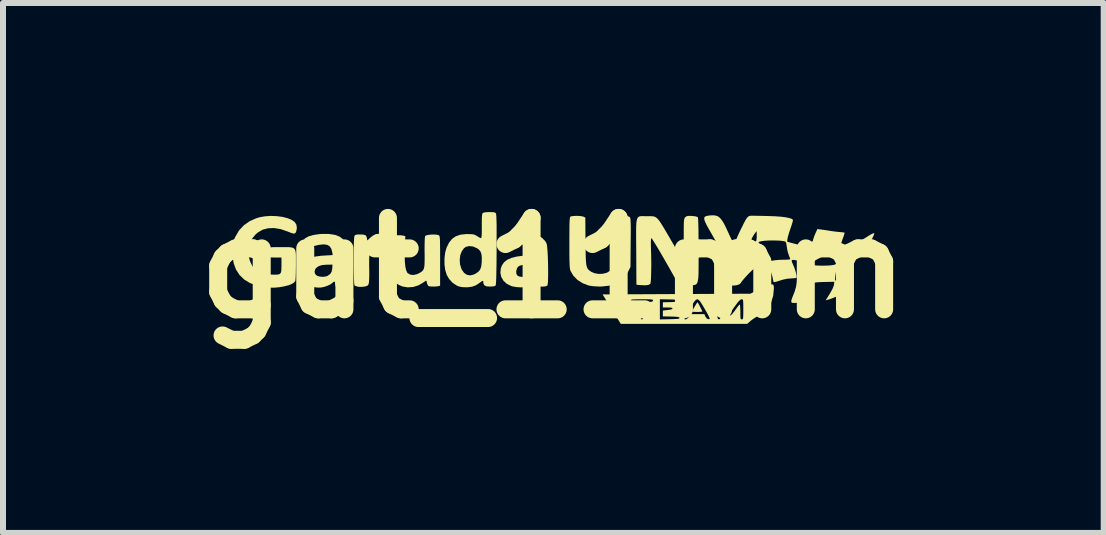
<source format=kicad_pcb>
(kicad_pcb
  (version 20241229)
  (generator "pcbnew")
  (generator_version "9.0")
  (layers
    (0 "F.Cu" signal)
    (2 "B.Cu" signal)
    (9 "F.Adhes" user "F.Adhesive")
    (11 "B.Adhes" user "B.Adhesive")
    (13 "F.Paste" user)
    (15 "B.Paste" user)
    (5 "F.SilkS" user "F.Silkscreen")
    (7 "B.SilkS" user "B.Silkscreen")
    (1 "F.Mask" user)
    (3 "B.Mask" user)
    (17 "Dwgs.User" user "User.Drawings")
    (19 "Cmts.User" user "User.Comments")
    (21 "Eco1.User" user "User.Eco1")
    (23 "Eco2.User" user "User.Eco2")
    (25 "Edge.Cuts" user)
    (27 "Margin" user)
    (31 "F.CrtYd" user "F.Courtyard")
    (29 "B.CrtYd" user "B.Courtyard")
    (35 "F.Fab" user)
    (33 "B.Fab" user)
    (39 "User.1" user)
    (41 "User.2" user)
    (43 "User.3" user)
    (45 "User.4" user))
  (footprint "gut_11mm"
    (layer "F.Cu")
    (at 6.176 1.418)
    (property "Reference" "gut_11mm" (at 0 0 0) (layer "F.SilkS") (effects (font (size 1.524 1.524) (thickness 0.3))))
    (attr board_only exclude_from_pos_files exclude_from_bom)
    (fp_poly (pts (xy 2.411 0.581) (xy 2.426 0.607) (xy 2.444 0.641) (xy 2.462 0.677) (xy 2.477 0.707) (xy 2.484 0.725) (xy 2.484 0.726) (xy 2.473 0.729) (xy 2.443 0.732) (xy 2.401 0.733) (xy 2.397 0.733) (xy 2.354 0.732) (xy 2.323 0.73) (xy 2.31 0.727) (xy 2.31 0.727) (xy 2.316 0.714) (xy 2.331 0.687) (xy 2.351 0.652) (xy 2.372 0.617) (xy 2.39 0.589) (xy 2.402 0.573) (xy 2.404 0.571)) (stroke (width 0) (type solid)) (fill yes) (layer "F.SilkS"))
    (fp_poly (pts (xy -2.861 -0.568) (xy -2.819 -0.561) (xy -2.789 -0.551) (xy -2.78 -0.543) (xy -2.772 -0.513) (xy -2.773 -0.461) (xy -2.78 -0.398) (xy -2.788 -0.343) (xy -2.876 -0.342) (xy -2.943 -0.337) (xy -2.991 -0.322) (xy -3.027 -0.294) (xy -3.052 -0.258) (xy -3.06 -0.24) (xy -3.066 -0.218) (xy -3.069 -0.188) (xy -3.071 -0.146) (xy -3.071 -0.087) (xy -3.071 -0.008) (xy -3.07 -0.00046) (xy -3.069 0.092) (xy -3.07 0.162) (xy -3.072 0.214) (xy -3.076 0.251) (xy -3.083 0.275) (xy -3.093 0.289) (xy -3.103 0.297) (xy -3.141 0.309) (xy -3.191 0.315) (xy -3.24 0.315) (xy -3.261 0.311) (xy -3.293 0.302) (xy -3.314 0.293) (xy -3.318 0.279) (xy -3.322 0.243) (xy -3.324 0.19) (xy -3.326 0.122) (xy -3.328 0.044) (xy -3.329 -0.04) (xy -3.329 -0.128) (xy -3.329 -0.216) (xy -3.328 -0.3) (xy -3.327 -0.377) (xy -3.325 -0.442) (xy -3.322 -0.493) (xy -3.318 -0.525) (xy -3.316 -0.535) (xy -3.304 -0.549) (xy -3.281 -0.556) (xy -3.243 -0.559) (xy -3.23 -0.559) (xy -3.177 -0.557) (xy -3.143 -0.551) (xy -3.124 -0.538) (xy -3.113 -0.516) (xy -3.11 -0.502) (xy -3.102 -0.459) (xy -3.049 -0.508) (xy -3.003 -0.543) (xy -2.96 -0.564) (xy -2.95 -0.566) (xy -2.908 -0.57)) (stroke (width 0) (type solid)) (fill yes) (layer "F.SilkS"))
    (fp_poly (pts (xy -1.946 -0.555) (xy -1.916 -0.548) (xy -1.914 -0.547) (xy -1.907 -0.543) (xy -1.901 -0.537) (xy -1.897 -0.526) (xy -1.894 -0.508) (xy -1.891 -0.48) (xy -1.89 -0.44) (xy -1.889 -0.385) (xy -1.888 -0.312) (xy -1.888 -0.22) (xy -1.888 -0.119) (xy -1.888 0.295) (xy -1.916 0.303) (xy -1.95 0.308) (xy -1.994 0.31) (xy -2.038 0.309) (xy -2.072 0.305) (xy -2.079 0.303) (xy -2.094 0.287) (xy -2.106 0.257) (xy -2.106 0.253) (xy -2.113 0.225) (xy -2.12 0.211) (xy -2.121 0.211) (xy -2.134 0.218) (xy -2.159 0.235) (xy -2.169 0.243) (xy -2.25 0.29) (xy -2.338 0.317) (xy -2.429 0.323) (xy -2.517 0.308) (xy -2.527 0.304) (xy -2.585 0.278) (xy -2.628 0.244) (xy -2.659 0.198) (xy -2.68 0.136) (xy -2.694 0.058) (xy -2.699 0.009) (xy -2.703 -0.054) (xy -2.706 -0.126) (xy -2.707 -0.204) (xy -2.708 -0.281) (xy -2.707 -0.356) (xy -2.705 -0.422) (xy -2.702 -0.476) (xy -2.698 -0.514) (xy -2.693 -0.532) (xy -2.673 -0.539) (xy -2.636 -0.544) (xy -2.59 -0.546) (xy -2.544 -0.545) (xy -2.505 -0.54) (xy -2.498 -0.538) (xy -2.468 -0.53) (xy -2.476 -0.342) (xy -2.479 -0.212) (xy -2.476 -0.106) (xy -2.468 -0.023) (xy -2.454 0.038) (xy -2.435 0.079) (xy -2.428 0.086) (xy -2.387 0.111) (xy -2.334 0.117) (xy -2.275 0.104) (xy -2.238 0.087) (xy -2.208 0.069) (xy -2.185 0.052) (xy -2.169 0.032) (xy -2.157 0.005) (xy -2.15 -0.031) (xy -2.147 -0.081) (xy -2.146 -0.148) (xy -2.146 -0.236) (xy -2.147 -0.261) (xy -2.147 -0.347) (xy -2.146 -0.42) (xy -2.144 -0.478) (xy -2.141 -0.517) (xy -2.137 -0.534) (xy -2.118 -0.544) (xy -2.082 -0.552) (xy -2.037 -0.557) (xy -1.989 -0.558)) (stroke (width 0) (type solid)) (fill yes) (layer "F.SilkS"))
    (fp_poly (pts (xy 1.229 -0.865) (xy 1.263 -0.856) (xy 1.273 -0.849) (xy 1.278 -0.842) (xy 1.283 -0.829) (xy 1.286 -0.809) (xy 1.288 -0.778) (xy 1.29 -0.736) (xy 1.291 -0.677) (xy 1.291 -0.601) (xy 1.29 -0.505) (xy 1.289 -0.424) (xy 1.286 -0.018) (xy 1.244 0.066) (xy 1.19 0.15) (xy 1.118 0.216) (xy 1.029 0.265) (xy 0.924 0.296) (xy 0.804 0.309) (xy 0.772 0.31) (xy 0.71 0.307) (xy 0.649 0.302) (xy 0.598 0.294) (xy 0.584 0.291) (xy 0.486 0.253) (xy 0.401 0.198) (xy 0.333 0.128) (xy 0.289 0.054) (xy 0.283 0.039) (xy 0.278 0.02) (xy 0.274 -0.005) (xy 0.272 -0.039) (xy 0.27 -0.085) (xy 0.268 -0.145) (xy 0.267 -0.223) (xy 0.267 -0.32) (xy 0.267 -0.42) (xy 0.267 -0.536) (xy 0.268 -0.629) (xy 0.268 -0.703) (xy 0.27 -0.759) (xy 0.272 -0.8) (xy 0.275 -0.828) (xy 0.278 -0.845) (xy 0.283 -0.855) (xy 0.286 -0.857) (xy 0.311 -0.864) (xy 0.352 -0.868) (xy 0.4 -0.869) (xy 0.448 -0.866) (xy 0.487 -0.86) (xy 0.502 -0.855) (xy 0.533 -0.841) (xy 0.536 -0.442) (xy 0.538 -0.326) (xy 0.539 -0.231) (xy 0.541 -0.156) (xy 0.545 -0.098) (xy 0.55 -0.053) (xy 0.558 -0.02) (xy 0.568 0.005) (xy 0.581 0.024) (xy 0.599 0.04) (xy 0.621 0.056) (xy 0.63 0.063) (xy 0.685 0.087) (xy 0.752 0.099) (xy 0.822 0.097) (xy 0.887 0.081) (xy 0.907 0.071) (xy 0.945 0.046) (xy 0.976 0.015) (xy 0.985 0.003) (xy 0.999 -0.035) (xy 1.01 -0.094) (xy 1.018 -0.174) (xy 1.024 -0.27) (xy 1.027 -0.382) (xy 1.026 -0.505) (xy 1.024 -0.59) (xy 1.016 -0.839) (xy 1.049 -0.854) (xy 1.084 -0.864) (xy 1.132 -0.869) (xy 1.182 -0.869)) (stroke (width 0) (type solid)) (fill yes) (layer "F.SilkS"))
    (fp_poly (pts (xy -3.737 -0.567) (xy -3.64 -0.552) (xy -3.561 -0.521) (xy -3.502 -0.475) (xy -3.463 -0.415) (xy -3.452 -0.385) (xy -3.448 -0.358) (xy -3.444 -0.312) (xy -3.441 -0.252) (xy -3.438 -0.18) (xy -3.436 -0.102) (xy -3.435 -0.022) (xy -3.435 0.058) (xy -3.435 0.132) (xy -3.436 0.196) (xy -3.438 0.248) (xy -3.441 0.282) (xy -3.445 0.294) (xy -3.461 0.299) (xy -3.496 0.303) (xy -3.541 0.304) (xy -3.544 0.304) (xy -3.633 0.304) (xy -3.637 0.264) (xy -3.643 0.233) (xy -3.655 0.226) (xy -3.676 0.241) (xy -3.682 0.247) (xy -3.714 0.272) (xy -3.762 0.295) (xy -3.818 0.314) (xy -3.873 0.326) (xy -3.875 0.326) (xy -3.921 0.327) (xy -3.974 0.322) (xy -4 0.318) (xy -4.084 0.291) (xy -4.149 0.25) (xy -4.195 0.192) (xy -4.224 0.119) (xy -4.224 0.116) (xy -4.229 0.059) (xy -3.983 0.059) (xy -3.974 0.097) (xy -3.944 0.128) (xy -3.94 0.13) (xy -3.894 0.144) (xy -3.838 0.148) (xy -3.786 0.14) (xy -3.766 0.132) (xy -3.721 0.101) (xy -3.696 0.061) (xy -3.686 0.006) (xy -3.686 0.005) (xy -3.683 -0.056) (xy -3.776 -0.055) (xy -3.854 -0.049) (xy -3.912 -0.031) (xy -3.954 -0.001) (xy -3.97 0.019) (xy -3.983 0.059) (xy -4.229 0.059) (xy -4.23 0.041) (xy -4.212 -0.03) (xy -4.169 -0.096) (xy -4.165 -0.1) (xy -4.119 -0.139) (xy -4.057 -0.168) (xy -3.978 -0.189) (xy -3.879 -0.203) (xy -3.817 -0.207) (xy -3.679 -0.215) (xy -3.686 -0.26) (xy -3.702 -0.32) (xy -3.73 -0.362) (xy -3.772 -0.386) (xy -3.83 -0.394) (xy -3.906 -0.386) (xy -3.963 -0.373) (xy -4.022 -0.355) (xy -4.058 -0.341) (xy -4.095 -0.325) (xy -4.121 -0.314) (xy -4.131 -0.311) (xy -4.148 -0.321) (xy -4.166 -0.347) (xy -4.181 -0.379) (xy -4.186 -0.407) (xy -4.174 -0.455) (xy -4.139 -0.495) (xy -4.081 -0.527) (xy -4.001 -0.55) (xy -3.898 -0.565) (xy -3.853 -0.568)) (stroke (width 0) (type solid)) (fill yes) (layer "F.SilkS"))
    (fp_poly (pts (xy -0.399 -0.567) (xy -0.33 -0.559) (xy -0.274 -0.548) (xy -0.255 -0.541) (xy -0.188 -0.502) (xy -0.135 -0.447) (xy -0.114 -0.41) (xy -0.107 -0.384) (xy -0.102 -0.339) (xy -0.097 -0.279) (xy -0.093 -0.207) (xy -0.09 -0.127) (xy -0.088 -0.045) (xy -0.087 0.037) (xy -0.087 0.114) (xy -0.088 0.182) (xy -0.091 0.238) (xy -0.095 0.276) (xy -0.1 0.292) (xy -0.123 0.305) (xy -0.169 0.31) (xy -0.192 0.311) (xy -0.246 0.307) (xy -0.28 0.296) (xy -0.296 0.276) (xy -0.298 0.258) (xy -0.301 0.248) (xy -0.312 0.248) (xy -0.335 0.257) (xy -0.376 0.277) (xy -0.38 0.28) (xy -0.428 0.303) (xy -0.466 0.316) (xy -0.507 0.322) (xy -0.551 0.323) (xy -0.62 0.318) (xy -0.685 0.306) (xy -0.706 0.299) (xy -0.778 0.263) (xy -0.832 0.212) (xy -0.868 0.15) (xy -0.883 0.081) (xy -0.88 0.05) (xy -0.619 0.05) (xy -0.617 0.096) (xy -0.6 0.126) (xy -0.573 0.141) (xy -0.531 0.148) (xy -0.482 0.148) (xy -0.436 0.14) (xy -0.41 0.13) (xy -0.366 0.098) (xy -0.342 0.053) (xy -0.335 -0.003) (xy -0.335 -0.062) (xy -0.397 -0.062) (xy -0.449 -0.059) (xy -0.504 -0.052) (xy -0.521 -0.049) (xy -0.563 -0.037) (xy -0.589 -0.02) (xy -0.603 0.000464) (xy -0.619 0.05) (xy -0.88 0.05) (xy -0.876 0.007) (xy -0.857 -0.044) (xy -0.821 -0.096) (xy -0.769 -0.137) (xy -0.699 -0.168) (xy -0.608 -0.191) (xy -0.496 -0.205) (xy -0.463 -0.207) (xy -0.335 -0.215) (xy -0.335 -0.251) (xy -0.343 -0.302) (xy -0.362 -0.345) (xy -0.391 -0.373) (xy -0.406 -0.38) (xy -0.438 -0.387) (xy -0.46 -0.392) (xy -0.49 -0.393) (xy -0.538 -0.387) (xy -0.595 -0.375) (xy -0.655 -0.359) (xy -0.71 -0.34) (xy -0.76 -0.322) (xy -0.793 -0.316) (xy -0.812 -0.325) (xy -0.823 -0.35) (xy -0.829 -0.383) (xy -0.826 -0.437) (xy -0.802 -0.481) (xy -0.756 -0.516) (xy -0.687 -0.543) (xy -0.615 -0.56) (xy -0.549 -0.567) (xy -0.475 -0.569)) (stroke (width 0) (type solid)) (fill yes) (layer "F.SilkS"))
    (fp_poly (pts (xy -4.611 -0.864) (xy -4.518 -0.852) (xy -4.434 -0.831) (xy -4.365 -0.803) (xy -4.315 -0.769) (xy -4.286 -0.726) (xy -4.276 -0.672) (xy -4.285 -0.616) (xy -4.296 -0.59) (xy -4.311 -0.576) (xy -4.334 -0.574) (xy -4.37 -0.584) (xy -4.423 -0.605) (xy -4.43 -0.608) (xy -4.547 -0.648) (xy -4.656 -0.666) (xy -4.757 -0.662) (xy -4.848 -0.638) (xy -4.928 -0.591) (xy -4.965 -0.559) (xy -5.018 -0.495) (xy -5.053 -0.425) (xy -5.073 -0.342) (xy -5.077 -0.286) (xy -5.079 -0.225) (xy -5.075 -0.179) (xy -5.065 -0.138) (xy -5.055 -0.108) (xy -5.019 -0.032) (xy -4.974 0.025) (xy -4.916 0.066) (xy -4.843 0.093) (xy -4.751 0.107) (xy -4.714 0.109) (xy -4.643 0.112) (xy -4.594 0.11) (xy -4.563 0.101) (xy -4.544 0.081) (xy -4.536 0.048) (xy -4.534 -0.003) (xy -4.533 -0.044) (xy -4.533 -0.174) (xy -4.644 -0.174) (xy -4.712 -0.176) (xy -4.759 -0.185) (xy -4.789 -0.201) (xy -4.805 -0.227) (xy -4.81 -0.266) (xy -4.81 -0.266) (xy -4.81 -0.293) (xy -4.804 -0.314) (xy -4.79 -0.329) (xy -4.764 -0.338) (xy -4.724 -0.344) (xy -4.667 -0.347) (xy -4.588 -0.348) (xy -4.557 -0.348) (xy -4.472 -0.348) (xy -4.408 -0.347) (xy -4.36 -0.342) (xy -4.328 -0.329) (xy -4.308 -0.306) (xy -4.297 -0.27) (xy -4.292 -0.218) (xy -4.292 -0.147) (xy -4.292 -0.06) (xy -4.293 0.017) (xy -4.294 0.087) (xy -4.296 0.146) (xy -4.299 0.189) (xy -4.301 0.212) (xy -4.301 0.213) (xy -4.32 0.24) (xy -4.36 0.266) (xy -4.416 0.288) (xy -4.485 0.306) (xy -4.563 0.32) (xy -4.645 0.328) (xy -4.728 0.329) (xy -4.806 0.322) (xy -4.941 0.295) (xy -5.058 0.251) (xy -5.155 0.192) (xy -5.232 0.117) (xy -5.291 0.027) (xy -5.33 -0.079) (xy -5.349 -0.2) (xy -5.35 -0.306) (xy -5.347 -0.368) (xy -5.341 -0.414) (xy -5.331 -0.453) (xy -5.315 -0.494) (xy -5.301 -0.523) (xy -5.24 -0.627) (xy -5.16 -0.712) (xy -5.064 -0.78) (xy -4.95 -0.83) (xy -4.892 -0.847) (xy -4.803 -0.862) (xy -4.708 -0.868)) (stroke (width 0) (type solid)) (fill yes) (layer "F.SilkS"))
    (fp_poly (pts (xy -1.017 -0.931) (xy -0.986 -0.928) (xy -0.968 -0.921) (xy -0.957 -0.909) (xy -0.956 -0.906) (xy -0.953 -0.889) (xy -0.95 -0.85) (xy -0.948 -0.79) (xy -0.946 -0.708) (xy -0.946 -0.603) (xy -0.946 -0.474) (xy -0.946 -0.321) (xy -0.946 -0.297) (xy -0.947 -0.16) (xy -0.948 -0.045) (xy -0.95 0.049) (xy -0.951 0.125) (xy -0.953 0.183) (xy -0.955 0.227) (xy -0.957 0.259) (xy -0.96 0.28) (xy -0.964 0.292) (xy -0.968 0.298) (xy -0.969 0.298) (xy -0.991 0.305) (xy -1.028 0.309) (xy -1.058 0.31) (xy -1.114 0.306) (xy -1.149 0.29) (xy -1.165 0.262) (xy -1.168 0.241) (xy -1.169 0.22) (xy -1.177 0.214) (xy -1.194 0.222) (xy -1.226 0.245) (xy -1.232 0.25) (xy -1.29 0.288) (xy -1.351 0.311) (xy -1.424 0.321) (xy -1.459 0.322) (xy -1.523 0.319) (xy -1.574 0.308) (xy -1.609 0.294) (xy -1.68 0.247) (xy -1.739 0.182) (xy -1.778 0.114) (xy -1.803 0.033) (xy -1.815 -0.061) (xy -1.815 -0.137) (xy -1.561 -0.137) (xy -1.556 -0.061) (xy -1.534 0.011) (xy -1.528 0.025) (xy -1.489 0.081) (xy -1.441 0.114) (xy -1.386 0.124) (xy -1.326 0.109) (xy -1.299 0.096) (xy -1.253 0.065) (xy -1.223 0.03) (xy -1.205 -0.015) (xy -1.196 -0.075) (xy -1.194 -0.102) (xy -1.193 -0.178) (xy -1.2 -0.235) (xy -1.216 -0.277) (xy -1.243 -0.309) (xy -1.274 -0.33) (xy -1.339 -0.358) (xy -1.401 -0.365) (xy -1.456 -0.353) (xy -1.491 -0.329) (xy -1.528 -0.277) (xy -1.552 -0.211) (xy -1.561 -0.137) (xy -1.815 -0.137) (xy -1.815 -0.16) (xy -1.804 -0.256) (xy -1.781 -0.337) (xy -1.74 -0.421) (xy -1.689 -0.485) (xy -1.627 -0.528) (xy -1.55 -0.555) (xy -1.456 -0.565) (xy -1.434 -0.565) (xy -1.378 -0.564) (xy -1.34 -0.561) (xy -1.313 -0.554) (xy -1.288 -0.542) (xy -1.271 -0.531) (xy -1.239 -0.511) (xy -1.214 -0.499) (xy -1.207 -0.497) (xy -1.201 -0.503) (xy -1.197 -0.524) (xy -1.194 -0.562) (xy -1.193 -0.619) (xy -1.193 -0.696) (xy -1.193 -0.78) (xy -1.192 -0.842) (xy -1.188 -0.884) (xy -1.183 -0.908) (xy -1.18 -0.913) (xy -1.163 -0.923) (xy -1.13 -0.929) (xy -1.077 -0.932) (xy -1.067 -0.932)) (stroke (width 0) (type solid)) (fill yes) (layer "F.SilkS"))
    (fp_poly (pts (xy 2.312 -0.867) (xy 2.369 -0.861) (xy 2.402 -0.851) (xy 2.41 -0.844) (xy 2.413 -0.828) (xy 2.415 -0.789) (xy 2.417 -0.73) (xy 2.419 -0.654) (xy 2.42 -0.562) (xy 2.421 -0.457) (xy 2.422 -0.341) (xy 2.422 -0.303) (xy 2.422 -0.166) (xy 2.422 -0.053) (xy 2.421 0.04) (xy 2.42 0.114) (xy 2.416 0.172) (xy 2.409 0.215) (xy 2.4 0.246) (xy 2.387 0.267) (xy 2.37 0.279) (xy 2.348 0.285) (xy 2.321 0.286) (xy 2.288 0.286) (xy 2.257 0.286) (xy 2.187 0.283) (xy 2.135 0.275) (xy 2.097 0.256) (xy 2.064 0.223) (xy 2.031 0.173) (xy 2.018 0.151) (xy 1.936 0.005) (xy 1.862 -0.124) (xy 1.798 -0.235) (xy 1.744 -0.327) (xy 1.7 -0.4) (xy 1.667 -0.453) (xy 1.645 -0.486) (xy 1.634 -0.497) (xy 1.633 -0.497) (xy 1.628 -0.482) (xy 1.626 -0.444) (xy 1.626 -0.387) (xy 1.627 -0.342) (xy 1.63 -0.248) (xy 1.632 -0.153) (xy 1.633 -0.06) (xy 1.632 0.028) (xy 1.63 0.107) (xy 1.628 0.174) (xy 1.624 0.225) (xy 1.619 0.257) (xy 1.616 0.265) (xy 1.587 0.282) (xy 1.536 0.289) (xy 1.461 0.286) (xy 1.453 0.286) (xy 1.385 0.279) (xy 1.382 -0.268) (xy 1.381 -0.406) (xy 1.38 -0.52) (xy 1.38 -0.614) (xy 1.381 -0.689) (xy 1.384 -0.748) (xy 1.39 -0.792) (xy 1.399 -0.823) (xy 1.411 -0.844) (xy 1.428 -0.857) (xy 1.45 -0.863) (xy 1.478 -0.865) (xy 1.512 -0.864) (xy 1.553 -0.863) (xy 1.559 -0.863) (xy 1.602 -0.864) (xy 1.637 -0.863) (xy 1.666 -0.861) (xy 1.692 -0.854) (xy 1.716 -0.84) (xy 1.74 -0.819) (xy 1.766 -0.787) (xy 1.796 -0.743) (xy 1.832 -0.685) (xy 1.876 -0.611) (xy 1.93 -0.519) (xy 1.971 -0.447) (xy 2.011 -0.38) (xy 2.048 -0.315) (xy 2.08 -0.257) (xy 2.105 -0.212) (xy 2.117 -0.189) (xy 2.136 -0.154) (xy 2.153 -0.131) (xy 2.161 -0.124) (xy 2.165 -0.136) (xy 2.168 -0.172) (xy 2.171 -0.23) (xy 2.173 -0.309) (xy 2.173 -0.408) (xy 2.174 -0.472) (xy 2.174 -0.574) (xy 2.174 -0.654) (xy 2.175 -0.715) (xy 2.176 -0.761) (xy 2.179 -0.792) (xy 2.182 -0.814) (xy 2.187 -0.829) (xy 2.193 -0.839) (xy 2.2 -0.846) (xy 2.217 -0.86) (xy 2.239 -0.867) (xy 2.271 -0.869)) (stroke (width 0) (type solid)) (fill yes) (layer "F.SilkS"))
    (fp_poly (pts (xy 3.67 0.284) (xy 3.676 0.313) (xy 3.676 0.353) (xy 3.666 0.461) (xy 3.632 0.573) (xy 3.61 0.626) (xy 3.568 0.718) (xy 3.455 0.776) (xy 3.4 0.807) (xy 3.346 0.84) (xy 3.302 0.871) (xy 3.287 0.883) (xy 3.232 0.932) (xy 1.124 0.932) (xy 0.973 0.686) (xy 0.886 0.547) (xy 1.292 0.547) (xy 1.294 0.56) (xy 1.305 0.567) (xy 1.331 0.571) (xy 1.372 0.571) (xy 1.453 0.571) (xy 1.453 0.714) (xy 1.454 0.776) (xy 1.455 0.817) (xy 1.458 0.841) (xy 1.464 0.853) (xy 1.472 0.857) (xy 1.476 0.857) (xy 1.488 0.854) (xy 1.496 0.84) (xy 1.502 0.812) (xy 1.507 0.765) (xy 1.507 0.762) (xy 1.511 0.708) (xy 1.514 0.658) (xy 1.515 0.621) (xy 1.515 0.62) (xy 1.515 0.573) (xy 1.587 0.569) (xy 1.629 0.565) (xy 1.652 0.558) (xy 1.662 0.545) (xy 1.662 0.543) (xy 1.662 0.535) (xy 1.655 0.529) (xy 1.638 0.525) (xy 1.607 0.523) (xy 1.559 0.522) (xy 1.491 0.522) (xy 1.479 0.522) (xy 1.407 0.522) (xy 1.357 0.523) (xy 1.323 0.525) (xy 1.304 0.528) (xy 1.295 0.534) (xy 1.292 0.542) (xy 1.292 0.547) (xy 0.886 0.547) (xy 0.871 0.521) (xy 1.776 0.521) (xy 1.776 0.858) (xy 1.941 0.854) (xy 2.009 0.852) (xy 2.056 0.85) (xy 2.085 0.846) (xy 2.091 0.844) (xy 2.186 0.844) (xy 2.194 0.858) (xy 2.212 0.856) (xy 2.235 0.842) (xy 2.257 0.817) (xy 2.259 0.814) (xy 2.285 0.77) (xy 2.518 0.77) (xy 2.534 0.807) (xy 2.554 0.838) (xy 2.581 0.854) (xy 2.607 0.852) (xy 2.607 0.851) (xy 2.606 0.839) (xy 2.593 0.809) (xy 2.571 0.765) (xy 2.561 0.748) (xy 2.734 0.748) (xy 2.735 0.798) (xy 2.738 0.831) (xy 2.744 0.848) (xy 2.754 0.855) (xy 2.767 0.855) (xy 2.777 0.849) (xy 2.784 0.834) (xy 2.789 0.805) (xy 2.793 0.758) (xy 2.795 0.734) (xy 2.801 0.617) (xy 2.869 0.702) (xy 2.902 0.741) (xy 2.929 0.772) (xy 2.948 0.789) (xy 2.952 0.792) (xy 2.965 0.784) (xy 2.988 0.76) (xy 3.017 0.724) (xy 3.032 0.703) (xy 3.062 0.661) (xy 3.087 0.629) (xy 3.104 0.611) (xy 3.108 0.609) (xy 3.112 0.62) (xy 3.115 0.651) (xy 3.117 0.697) (xy 3.118 0.733) (xy 3.118 0.789) (xy 3.12 0.826) (xy 3.123 0.846) (xy 3.13 0.855) (xy 3.141 0.857) (xy 3.142 0.857) (xy 3.152 0.856) (xy 3.159 0.849) (xy 3.164 0.833) (xy 3.166 0.805) (xy 3.167 0.759) (xy 3.167 0.693) (xy 3.167 0.689) (xy 3.167 0.622) (xy 3.166 0.576) (xy 3.164 0.546) (xy 3.16 0.53) (xy 3.153 0.523) (xy 3.143 0.522) (xy 3.139 0.522) (xy 3.12 0.529) (xy 3.094 0.551) (xy 3.061 0.591) (xy 3.045 0.614) (xy 3.014 0.656) (xy 2.988 0.692) (xy 2.971 0.716) (xy 2.968 0.722) (xy 2.957 0.728) (xy 2.94 0.715) (xy 2.929 0.701) (xy 2.871 0.628) (xy 2.826 0.575) (xy 2.793 0.541) (xy 2.769 0.527) (xy 2.753 0.531) (xy 2.744 0.554) (xy 2.738 0.596) (xy 2.736 0.656) (xy 2.735 0.676) (xy 2.734 0.748) (xy 2.561 0.748) (xy 2.541 0.712) (xy 2.524 0.683) (xy 2.484 0.615) (xy 2.453 0.566) (xy 2.427 0.535) (xy 2.404 0.522) (xy 2.38 0.529) (xy 2.354 0.555) (xy 2.322 0.602) (xy 2.282 0.668) (xy 2.25 0.723) (xy 2.223 0.77) (xy 2.202 0.809) (xy 2.189 0.836) (xy 2.186 0.844) (xy 2.091 0.844) (xy 2.1 0.841) (xy 2.105 0.833) (xy 2.105 0.832) (xy 2.101 0.824) (xy 2.086 0.818) (xy 2.056 0.814) (xy 2.008 0.811) (xy 1.966 0.81) (xy 1.826 0.807) (xy 1.826 0.71) (xy 1.907 0.701) (xy 1.955 0.694) (xy 1.981 0.685) (xy 1.987 0.675) (xy 1.98 0.666) (xy 1.957 0.66) (xy 1.914 0.658) (xy 1.907 0.658) (xy 1.826 0.658) (xy 1.826 0.572) (xy 1.959 0.569) (xy 2.02 0.566) (xy 2.06 0.563) (xy 2.082 0.558) (xy 2.092 0.551) (xy 2.093 0.547) (xy 2.089 0.539) (xy 2.075 0.533) (xy 2.047 0.529) (xy 2.001 0.526) (xy 1.935 0.524) (xy 1.934 0.524) (xy 1.776 0.521) (xy 0.871 0.521) (xy 0.821 0.441) (xy 2.053 0.435) (xy 3.285 0.429) (xy 3.391 0.374) (xy 3.449 0.345) (xy 3.512 0.318) (xy 3.566 0.296) (xy 3.579 0.291) (xy 3.627 0.276) (xy 3.655 0.273)) (stroke (width 0) (type solid)) (fill yes) (layer "F.SilkS"))
    (fp_poly (pts (xy 2.711 -0.873) (xy 2.747 -0.859) (xy 2.78 -0.833) (xy 2.812 -0.793) (xy 2.846 -0.738) (xy 2.883 -0.663) (xy 2.927 -0.568) (xy 2.932 -0.556) (xy 2.958 -0.501) (xy 2.981 -0.456) (xy 3 -0.424) (xy 3.011 -0.41) (xy 3.012 -0.41) (xy 3.026 -0.421) (xy 3.033 -0.435) (xy 3.291 -0.435) (xy 3.295 -0.417) (xy 3.311 -0.415) (xy 3.326 -0.418) (xy 3.357 -0.428) (xy 3.375 -0.438) (xy 3.385 -0.458) (xy 3.39 -0.499) (xy 3.391 -0.532) (xy 3.39 -0.615) (xy 3.365 -0.584) (xy 3.336 -0.542) (xy 3.311 -0.497) (xy 3.295 -0.456) (xy 3.291 -0.435) (xy 3.033 -0.435) (xy 3.036 -0.444) (xy 3.045 -0.466) (xy 3.062 -0.506) (xy 3.086 -0.56) (xy 3.115 -0.622) (xy 3.137 -0.667) (xy 3.173 -0.74) (xy 3.201 -0.793) (xy 3.224 -0.83) (xy 3.244 -0.853) (xy 3.265 -0.866) (xy 3.288 -0.871) (xy 3.316 -0.871) (xy 3.319 -0.871) (xy 3.34 -0.871) (xy 3.382 -0.87) (xy 3.439 -0.869) (xy 3.508 -0.868) (xy 3.583 -0.866) (xy 3.696 -0.862) (xy 3.794 -0.855) (xy 3.875 -0.845) (xy 3.937 -0.832) (xy 3.977 -0.818) (xy 3.995 -0.802) (xy 3.993 -0.786) (xy 3.984 -0.751) (xy 3.969 -0.703) (xy 3.95 -0.648) (xy 3.927 -0.578) (xy 3.91 -0.518) (xy 3.901 -0.472) (xy 3.899 -0.443) (xy 3.906 -0.435) (xy 3.919 -0.432) (xy 3.952 -0.423) (xy 4 -0.41) (xy 4.06 -0.395) (xy 4.095 -0.385) (xy 4.169 -0.365) (xy 4.223 -0.352) (xy 4.261 -0.347) (xy 4.285 -0.351) (xy 4.3 -0.365) (xy 4.31 -0.388) (xy 4.319 -0.424) (xy 4.322 -0.438) (xy 4.335 -0.486) (xy 4.354 -0.541) (xy 4.369 -0.575) (xy 4.402 -0.649) (xy 4.458 -0.642) (xy 4.496 -0.637) (xy 4.549 -0.629) (xy 4.609 -0.62) (xy 4.639 -0.615) (xy 4.698 -0.607) (xy 4.752 -0.601) (xy 4.795 -0.597) (xy 4.81 -0.596) (xy 4.84 -0.593) (xy 4.856 -0.587) (xy 4.856 -0.585) (xy 4.852 -0.568) (xy 4.842 -0.535) (xy 4.826 -0.491) (xy 4.819 -0.472) (xy 4.799 -0.413) (xy 4.786 -0.366) (xy 4.781 -0.335) (xy 4.785 -0.323) (xy 4.785 -0.323) (xy 4.798 -0.326) (xy 4.828 -0.334) (xy 4.871 -0.346) (xy 4.879 -0.348) (xy 4.989 -0.386) (xy 5.102 -0.441) (xy 5.204 -0.503) (xy 5.268 -0.544) (xy 5.314 -0.57) (xy 5.342 -0.58) (xy 5.351 -0.578) (xy 5.349 -0.564) (xy 5.337 -0.535) (xy 5.317 -0.493) (xy 5.293 -0.446) (xy 5.267 -0.397) (xy 5.241 -0.351) (xy 5.219 -0.315) (xy 5.214 -0.307) (xy 5.194 -0.286) (xy 5.158 -0.257) (xy 5.112 -0.223) (xy 5.078 -0.199) (xy 5.009 -0.156) (xy 4.948 -0.124) (xy 4.885 -0.1) (xy 4.811 -0.078) (xy 4.799 -0.075) (xy 4.755 -0.056) (xy 4.735 -0.032) (xy 4.727 -0.007) (xy 4.718 0.032) (xy 4.71 0.079) (xy 4.703 0.127) (xy 4.698 0.168) (xy 4.697 0.197) (xy 4.699 0.207) (xy 4.716 0.209) (xy 4.749 0.204) (xy 4.793 0.194) (xy 4.84 0.181) (xy 4.884 0.165) (xy 4.909 0.154) (xy 4.943 0.137) (xy 4.968 0.126) (xy 4.975 0.124) (xy 4.98 0.134) (xy 4.974 0.161) (xy 4.96 0.199) (xy 4.94 0.245) (xy 4.916 0.294) (xy 4.89 0.341) (xy 4.865 0.382) (xy 4.843 0.411) (xy 4.832 0.422) (xy 4.802 0.44) (xy 4.755 0.462) (xy 4.7 0.485) (xy 4.645 0.507) (xy 4.597 0.524) (xy 4.577 0.529) (xy 4.54 0.538) (xy 4.564 0.502) (xy 4.618 0.415) (xy 4.656 0.345) (xy 4.676 0.292) (xy 4.679 0.277) (xy 4.685 0.23) (xy 4.544 0.233) (xy 4.465 0.235) (xy 4.407 0.238) (xy 4.367 0.242) (xy 4.343 0.249) (xy 4.329 0.259) (xy 4.323 0.273) (xy 4.322 0.289) (xy 4.317 0.334) (xy 4.304 0.387) (xy 4.286 0.442) (xy 4.264 0.494) (xy 4.241 0.535) (xy 4.22 0.561) (xy 4.213 0.565) (xy 4.193 0.569) (xy 4.155 0.574) (xy 4.106 0.578) (xy 4.085 0.58) (xy 4.032 0.583) (xy 3.998 0.583) (xy 3.979 0.579) (xy 3.97 0.571) (xy 3.967 0.567) (xy 3.968 0.545) (xy 3.978 0.508) (xy 3.994 0.468) (xy 4.024 0.392) (xy 4.046 0.315) (xy 4.059 0.246) (xy 4.061 0.213) (xy 4.064 0.186) (xy 4.074 0.177) (xy 4.083 0.179) (xy 4.109 0.185) (xy 4.149 0.194) (xy 4.196 0.203) (xy 4.243 0.212) (xy 4.282 0.22) (xy 4.307 0.223) (xy 4.311 0.224) (xy 4.318 0.215) (xy 4.321 0.187) (xy 4.321 0.138) (xy 4.32 0.113) (xy 4.314 0.043) (xy 4.302 -0.01) (xy 4.279 -0.048) (xy 4.243 -0.076) (xy 4.19 -0.097) (xy 4.116 -0.115) (xy 4.102 -0.118) (xy 4.075 -0.123) (xy 4.298 -0.123) (xy 4.298 -0.083) (xy 4.302 -0.061) (xy 4.313 -0.051) (xy 4.333 -0.047) (xy 4.338 -0.046) (xy 4.394 -0.041) (xy 4.458 -0.039) (xy 4.525 -0.039) (xy 4.589 -0.041) (xy 4.642 -0.046) (xy 4.679 -0.052) (xy 4.687 -0.054) (xy 4.707 -0.064) (xy 4.72 -0.076) (xy 4.729 -0.096) (xy 4.736 -0.131) (xy 4.743 -0.175) (xy 4.749 -0.225) (xy 4.754 -0.265) (xy 4.757 -0.29) (xy 4.757 -0.293) (xy 4.747 -0.299) (xy 4.717 -0.303) (xy 4.664 -0.305) (xy 4.589 -0.307) (xy 4.535 -0.307) (xy 4.313 -0.307) (xy 4.305 -0.251) (xy 4.301 -0.205) (xy 4.298 -0.151) (xy 4.298 -0.123) (xy 4.075 -0.123) (xy 4.04 -0.13) (xy 4 -0.135) (xy 3.979 -0.132) (xy 3.973 -0.118) (xy 3.98 -0.094) (xy 3.994 -0.062) (xy 4.015 -0.013) (xy 4.033 0.04) (xy 4.047 0.09) (xy 4.056 0.131) (xy 4.057 0.157) (xy 4.055 0.161) (xy 4.04 0.168) (xy 4.007 0.172) (xy 3.965 0.174) (xy 3.894 0.18) (xy 3.818 0.197) (xy 3.778 0.21) (xy 3.721 0.228) (xy 3.686 0.236) (xy 3.671 0.233) (xy 3.671 0.232) (xy 3.666 0.212) (xy 3.659 0.177) (xy 3.653 0.148) (xy 3.639 0.099) (xy 3.619 0.042) (xy 3.602 0.001) (xy 3.583 -0.039) (xy 3.57 -0.071) (xy 3.565 -0.087) (xy 3.565 -0.088) (xy 3.576 -0.1) (xy 3.608 -0.112) (xy 3.656 -0.123) (xy 3.714 -0.131) (xy 3.779 -0.136) (xy 3.822 -0.137) (xy 3.875 -0.138) (xy 3.917 -0.14) (xy 3.943 -0.144) (xy 3.95 -0.147) (xy 3.945 -0.164) (xy 3.933 -0.195) (xy 3.926 -0.213) (xy 3.911 -0.257) (xy 3.899 -0.311) (xy 3.894 -0.342) (xy 3.888 -0.385) (xy 3.881 -0.419) (xy 3.875 -0.434) (xy 3.857 -0.444) (xy 3.82 -0.451) (xy 3.768 -0.456) (xy 3.706 -0.458) (xy 3.64 -0.459) (xy 3.575 -0.457) (xy 3.515 -0.453) (xy 3.466 -0.446) (xy 3.434 -0.438) (xy 3.428 -0.435) (xy 3.418 -0.415) (xy 3.42 -0.378) (xy 3.432 -0.329) (xy 3.453 -0.271) (xy 3.483 -0.211) (xy 3.495 -0.188) (xy 3.551 -0.094) (xy 3.499 -0.077) (xy 3.459 -0.06) (xy 3.411 -0.035) (xy 3.384 -0.019) (xy 3.35 0.007) (xy 3.306 0.046) (xy 3.258 0.093) (xy 3.211 0.143) (xy 3.17 0.19) (xy 3.138 0.229) (xy 3.125 0.25) (xy 3.103 0.271) (xy 3.064 0.286) (xy 3.016 0.293) (xy 2.967 0.292) (xy 2.936 0.285) (xy 2.912 0.274) (xy 2.895 0.258) (xy 2.882 0.232) (xy 2.875 0.193) (xy 2.872 0.138) (xy 2.871 0.063) (xy 2.872 0.025) (xy 2.875 -0.155) (xy 2.823 -0.239) (xy 2.789 -0.294) (xy 2.754 -0.356) (xy 2.728 -0.407) (xy 2.702 -0.455) (xy 2.669 -0.515) (xy 2.634 -0.577) (xy 2.616 -0.608) (xy 2.585 -0.662) (xy 2.556 -0.715) (xy 2.535 -0.759) (xy 2.526 -0.779) (xy 2.515 -0.818) (xy 2.518 -0.845) (xy 2.539 -0.862) (xy 2.58 -0.872) (xy 2.621 -0.877) (xy 2.67 -0.878)) (stroke (width 0) (type solid)) (fill yes) (layer "F.SilkS")))
  (gr_rect
    (start -3 -3)
    (end 15.352 5.836)
    (stroke (width 0.1) (type default))
    (fill no)
    (layer "Edge.Cuts")))
</source>
